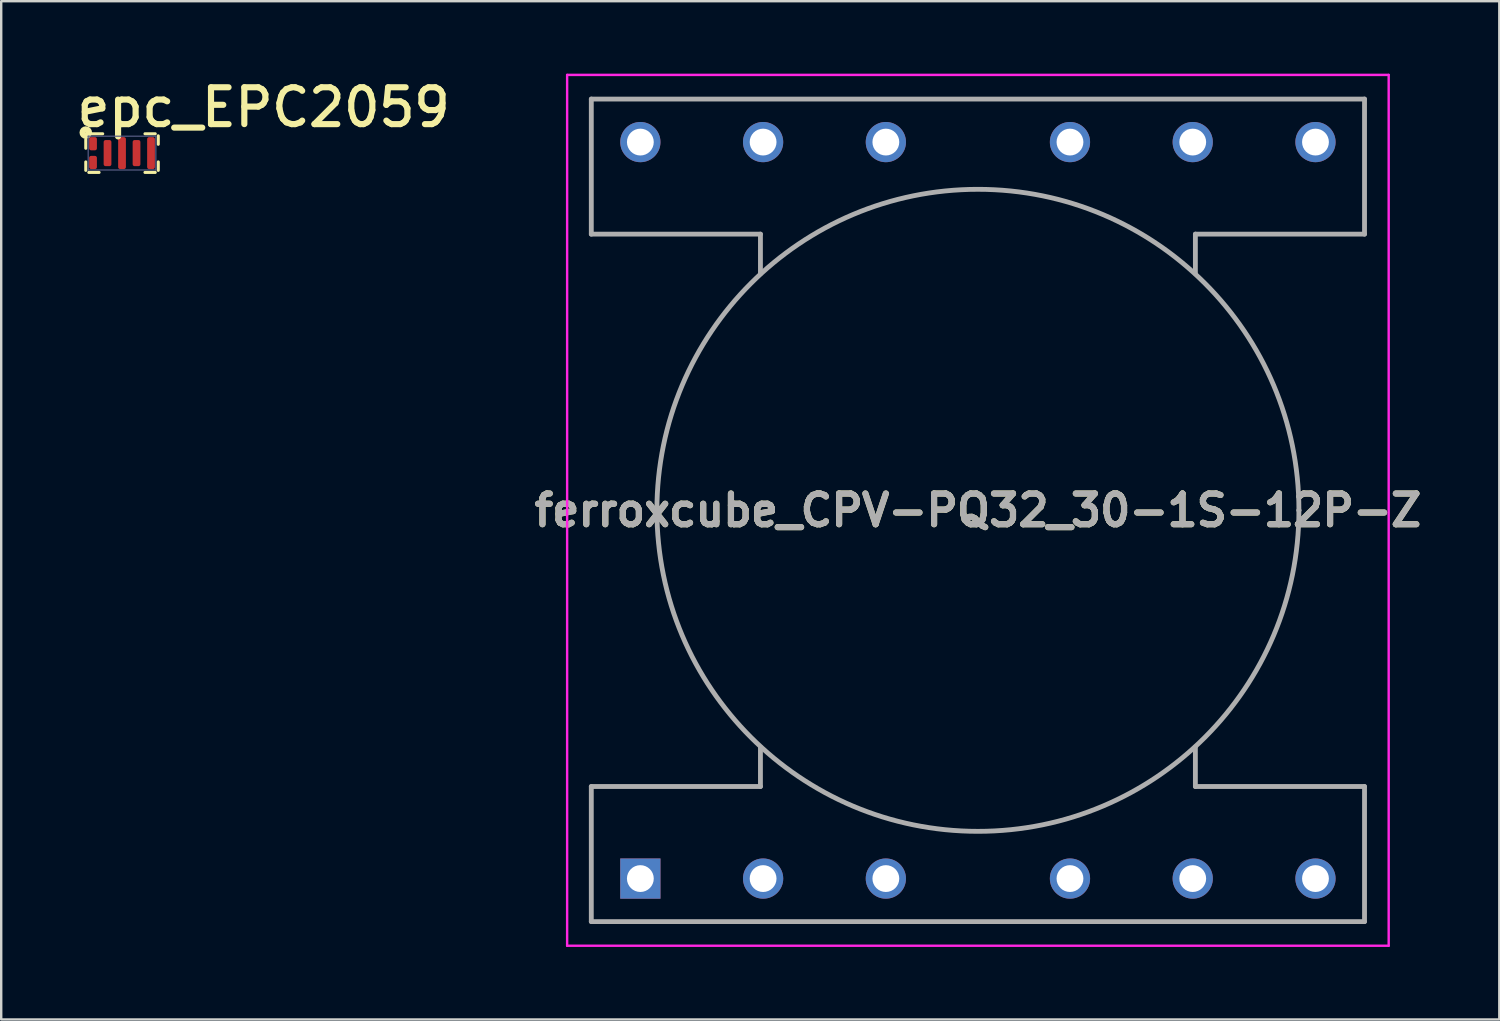
<source format=kicad_pcb>
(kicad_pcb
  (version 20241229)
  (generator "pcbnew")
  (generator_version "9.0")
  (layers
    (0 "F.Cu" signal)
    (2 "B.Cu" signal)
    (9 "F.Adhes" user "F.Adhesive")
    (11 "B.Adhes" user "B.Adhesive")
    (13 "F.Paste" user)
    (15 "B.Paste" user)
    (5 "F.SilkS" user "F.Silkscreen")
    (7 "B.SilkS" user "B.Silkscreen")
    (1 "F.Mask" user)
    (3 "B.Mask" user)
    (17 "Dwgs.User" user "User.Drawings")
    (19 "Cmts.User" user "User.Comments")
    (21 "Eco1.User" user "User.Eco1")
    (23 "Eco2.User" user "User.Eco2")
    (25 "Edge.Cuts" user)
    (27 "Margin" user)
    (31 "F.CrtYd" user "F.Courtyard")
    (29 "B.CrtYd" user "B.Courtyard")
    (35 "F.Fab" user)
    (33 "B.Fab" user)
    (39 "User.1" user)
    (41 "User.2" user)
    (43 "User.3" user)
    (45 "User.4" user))
  (footprint "ferroxcube_CPV-PQ32_30-1S-12P-Z"
    (layer "F.Cu")
    (at 23.451 33.31)
    (property "Reference" "ferroxcube_CPV-PQ32_30-1S-12P-Z" (at 13.97 -15.24 0) (layer "F.SilkS") (effects (font (size 1.27 1.27) (thickness 0.254))))
    (attr through_hole)
    (fp_line (start -2.03 -32.24) (end 29.97 -32.24) (stroke (width 0.1) (type solid)) (layer "F.SilkS"))
    (fp_line (start -2.03 -26.67) (end -2.03 -32.24) (stroke (width 0.1) (type solid)) (layer "F.SilkS"))
    (fp_line (start -2.03 -3.81) (end -2.03 1.78) (stroke (width 0.1) (type solid)) (layer "F.SilkS"))
    (fp_line (start -2.03 1.78) (end 29.97 1.78) (stroke (width 0.1) (type solid)) (layer "F.SilkS"))
    (fp_line (start 0.685 -15.24) (end 0.685 -15.24) (stroke (width 0.1) (type solid)) (layer "F.SilkS"))
    (fp_line (start 4.97 -26.67) (end -2.03 -26.67) (stroke (width 0.1) (type solid)) (layer "F.SilkS"))
    (fp_line (start 4.97 -25.04) (end 4.97 -26.67) (stroke (width 0.1) (type solid)) (layer "F.SilkS"))
    (fp_line (start 4.97 -5.44) (end 4.97 -3.81) (stroke (width 0.1) (type solid)) (layer "F.SilkS"))
    (fp_line (start 4.97 -3.81) (end -2.03 -3.81) (stroke (width 0.1) (type solid)) (layer "F.SilkS"))
    (fp_line (start 22.97 -26.67) (end 22.97 -25.04) (stroke (width 0.1) (type solid)) (layer "F.SilkS"))
    (fp_line (start 22.97 -3.81) (end 22.97 -5.44) (stroke (width 0.1) (type solid)) (layer "F.SilkS"))
    (fp_line (start 27.255 -15.24) (end 27.255 -15.24) (stroke (width 0.1) (type solid)) (layer "F.SilkS"))
    (fp_line (start 29.97 -32.24) (end 29.97 -26.67) (stroke (width 0.1) (type solid)) (layer "F.SilkS"))
    (fp_line (start 29.97 -26.67) (end 22.97 -26.67) (stroke (width 0.1) (type solid)) (layer "F.SilkS"))
    (fp_line (start 29.97 -3.81) (end 22.97 -3.81) (stroke (width 0.1) (type solid)) (layer "F.SilkS"))
    (fp_line (start 29.97 1.78) (end 29.97 -3.81) (stroke (width 0.1) (type solid)) (layer "F.SilkS"))
    (fp_arc (start 0.685 -15.24) (mid 13.97 -28.525) (end 27.255 -15.24) (stroke (width 0.1) (type solid)) (layer "F.SilkS"))
    (fp_arc (start 27.255 -15.24) (mid 13.97 -1.955) (end 0.685 -15.24) (stroke (width 0.1) (type solid)) (layer "F.SilkS"))
    (fp_line (start -3.03 -33.26) (end 30.97 -33.26) (stroke (width 0.1) (type solid)) (layer "F.CrtYd"))
    (fp_line (start -3.03 2.78) (end -3.03 -33.26) (stroke (width 0.1) (type solid)) (layer "F.CrtYd"))
    (fp_line (start 30.97 -33.26) (end 30.97 2.78) (stroke (width 0.1) (type solid)) (layer "F.CrtYd"))
    (fp_line (start 30.97 2.78) (end -3.03 2.78) (stroke (width 0.1) (type solid)) (layer "F.CrtYd"))
    (fp_line (start -2.03 -32.26) (end 29.97 -32.26) (stroke (width 0.2) (type solid)) (layer "F.Fab"))
    (fp_line (start -2.03 -26.67) (end -2.03 -32.26) (stroke (width 0.2) (type solid)) (layer "F.Fab"))
    (fp_line (start -2.03 -3.81) (end -2.03 1.78) (stroke (width 0.2) (type solid)) (layer "F.Fab"))
    (fp_line (start -2.03 1.78) (end 29.97 1.78) (stroke (width 0.2) (type solid)) (layer "F.Fab"))
    (fp_line (start 0.685 -15.24) (end 0.685 -15.24) (stroke (width 0.2) (type solid)) (layer "F.Fab"))
    (fp_line (start 4.97 -26.67) (end -2.03 -26.67) (stroke (width 0.2) (type solid)) (layer "F.Fab"))
    (fp_line (start 4.97 -25.04) (end 4.97 -26.67) (stroke (width 0.2) (type solid)) (layer "F.Fab"))
    (fp_line (start 4.97 -5.44) (end 4.97 -3.81) (stroke (width 0.2) (type solid)) (layer "F.Fab"))
    (fp_line (start 4.97 -3.81) (end -2.03 -3.81) (stroke (width 0.2) (type solid)) (layer "F.Fab"))
    (fp_line (start 22.97 -26.67) (end 22.97 -25.04) (stroke (width 0.2) (type solid)) (layer "F.Fab"))
    (fp_line (start 22.97 -3.81) (end 22.97 -5.44) (stroke (width 0.2) (type solid)) (layer "F.Fab"))
    (fp_line (start 27.255 -15.24) (end 27.255 -15.24) (stroke (width 0.2) (type solid)) (layer "F.Fab"))
    (fp_line (start 29.97 -32.26) (end 29.97 -26.67) (stroke (width 0.2) (type solid)) (layer "F.Fab"))
    (fp_line (start 29.97 -26.67) (end 22.97 -26.67) (stroke (width 0.2) (type solid)) (layer "F.Fab"))
    (fp_line (start 29.97 -3.81) (end 22.97 -3.81) (stroke (width 0.2) (type solid)) (layer "F.Fab"))
    (fp_line (start 29.97 1.78) (end 29.97 -3.81) (stroke (width 0.2) (type solid)) (layer "F.Fab"))
    (fp_arc (start 0.685 -15.24) (mid 13.97 -28.525) (end 27.255 -15.24) (stroke (width 0.2) (type solid)) (layer "F.Fab"))
    (fp_arc (start 27.255 -15.24) (mid 13.97 -1.955) (end 0.685 -15.24) (stroke (width 0.2) (type solid)) (layer "F.Fab"))
    (fp_text user "${REFERENCE}" (at 13.97 -15.24 0) (layer "F.Fab") (effects (font (size 1.27 1.27) (thickness 0.254))))
    (pad "1" thru_hole rect (at 0 0) (size 1.665 1.665) (drill 1.11) (layers "*.Cu" "*.Mask"))
    (pad "2" thru_hole circle (at 5.08 0) (size 1.665 1.665) (drill 1.11) (layers "*.Cu" "*.Mask"))
    (pad "3" thru_hole circle (at 10.16 0) (size 1.665 1.665) (drill 1.11) (layers "*.Cu" "*.Mask"))
    (pad "4" thru_hole circle (at 17.78 0) (size 1.665 1.665) (drill 1.11) (layers "*.Cu" "*.Mask"))
    (pad "5" thru_hole circle (at 22.86 0) (size 1.665 1.665) (drill 1.11) (layers "*.Cu" "*.Mask"))
    (pad "6" thru_hole circle (at 27.94 0) (size 1.665 1.665) (drill 1.11) (layers "*.Cu" "*.Mask"))
    (pad "7" thru_hole circle (at 27.94 -30.48) (size 1.665 1.665) (drill 1.11) (layers "*.Cu" "*.Mask"))
    (pad "8" thru_hole circle (at 22.86 -30.48) (size 1.665 1.665) (drill 1.11) (layers "*.Cu" "*.Mask"))
    (pad "9" thru_hole circle (at 17.78 -30.48) (size 1.665 1.665) (drill 1.11) (layers "*.Cu" "*.Mask"))
    (pad "10" thru_hole circle (at 10.16 -30.48) (size 1.665 1.665) (drill 1.11) (layers "*.Cu" "*.Mask"))
    (pad "11" thru_hole circle (at 5.08 -30.48) (size 1.665 1.665) (drill 1.11) (layers "*.Cu" "*.Mask"))
    (pad "12" thru_hole circle (at 0 -30.48) (size 1.665 1.665) (drill 1.11) (layers "*.Cu" "*.Mask")))
  (footprint "epc_EPC2059"
    (layer "F.Cu")
    (at 2 3.286)
    (property "Reference" "epc_EPC2059" (at -2 -1 0) (unlocked yes) (layer "F.SilkS") (effects (font (size 1.524 1.524) (thickness 0.254)) (justify left bottom)))
    (attr smd)
    (fp_poly (pts (xy -1.169 -0.244) (xy -1.169 -0.531) (xy -1.231 -0.531) (xy -1.231 -0.244)) (stroke (width 0.188) (type solid)) (fill yes) (layer "F.Mask"))
    (fp_poly (pts (xy -1.169 0.531) (xy -1.169 0.244) (xy -1.231 0.244) (xy -1.231 0.531)) (stroke (width 0.188) (type solid)) (fill yes) (layer "F.Mask"))
    (fp_poly (pts (xy -0.569 0.411) (xy -0.569 -0.411) (xy -0.631 -0.411) (xy -0.631 0.411)) (stroke (width 0.188) (type solid)) (fill yes) (layer "F.Mask"))
    (fp_poly (pts (xy 0.031 0.531) (xy 0.031 -0.531) (xy -0.031 -0.531) (xy -0.031 0.531)) (stroke (width 0.188) (type solid)) (fill yes) (layer "F.Mask"))
    (fp_poly (pts (xy 0.631 0.411) (xy 0.631 -0.411) (xy 0.569 -0.411) (xy 0.569 0.411)) (stroke (width 0.188) (type solid)) (fill yes) (layer "F.Mask"))
    (fp_poly (pts (xy 1.231 0.531) (xy 1.231 -0.531) (xy 1.169 -0.531) (xy 1.169 0.531)) (stroke (width 0.188) (type solid)) (fill yes) (layer "F.Mask"))
    (fp_line (start -1.5 -0.575) (end -1.5 -0.2) (stroke (width 0.127) (type solid)) (layer "F.SilkS"))
    (fp_line (start -1.5 0.365) (end -1.5 0.715) (stroke (width 0.127) (type solid)) (layer "F.SilkS"))
    (fp_line (start -1.375 0.8) (end -0.95 0.8) (stroke (width 0.127) (type solid)) (layer "F.SilkS"))
    (fp_line (start -1.25 -0.8) (end -0.8 -0.8) (stroke (width 0.127) (type solid)) (layer "F.SilkS"))
    (fp_line (start 0.95 -0.8) (end 1.375 -0.8) (stroke (width 0.127) (type solid)) (layer "F.SilkS"))
    (fp_line (start 0.95 0.8) (end 1.375 0.8) (stroke (width 0.127) (type solid)) (layer "F.SilkS"))
    (fp_line (start 1.5 -0.715) (end 1.5 -0.365) (stroke (width 0.127) (type solid)) (layer "F.SilkS"))
    (fp_line (start 1.5 0.365) (end 1.5 0.715) (stroke (width 0.127) (type solid)) (layer "F.SilkS"))
    (fp_circle (center -1.5 -0.85) (end -1.494 -0.85) (stroke (width 0.254) (type solid)) (fill no) (layer "F.SilkS"))
    (fp_poly (pts (xy -1.137 -0.212) (xy -1.137 -0.562) (xy -1.262 -0.562) (xy -1.262 -0.212)) (stroke (width 0.125) (type solid)) (fill yes) (layer "F.Paste"))
    (fp_poly (pts (xy -1.137 0.562) (xy -1.137 0.212) (xy -1.262 0.212) (xy -1.262 0.562)) (stroke (width 0.125) (type solid)) (fill yes) (layer "F.Paste"))
    (fp_poly (pts (xy -0.537 0.443) (xy -0.537 -0.443) (xy -0.662 -0.443) (xy -0.662 0.443)) (stroke (width 0.125) (type solid)) (fill yes) (layer "F.Paste"))
    (fp_poly (pts (xy 0.062 0.562) (xy 0.062 -0.562) (xy -0.062 -0.562) (xy -0.062 0.562)) (stroke (width 0.125) (type solid)) (fill yes) (layer "F.Paste"))
    (fp_poly (pts (xy 0.662 0.443) (xy 0.662 -0.443) (xy 0.537 -0.443) (xy 0.537 0.443)) (stroke (width 0.125) (type solid)) (fill yes) (layer "F.Paste"))
    (fp_poly (pts (xy 1.262 0.562) (xy 1.262 -0.562) (xy 1.137 -0.562) (xy 1.137 0.562)) (stroke (width 0.125) (type solid)) (fill yes) (layer "F.Paste"))
    (fp_line (start -1.4 -0.7) (end -1.4 0.7) (stroke (width 0.05) (type solid)) (layer "B.Fab"))
    (fp_line (start -1.4 -0.7) (end 1.4 -0.7) (stroke (width 0.05) (type solid)) (layer "B.Fab"))
    (fp_line (start -1.4 0.7) (end 1.4 0.7) (stroke (width 0.05) (type solid)) (layer "B.Fab"))
    (fp_line (start 1.4 -0.7) (end 1.4 0.7) (stroke (width 0.05) (type solid)) (layer "B.Fab"))
    (pad "1" smd roundrect (at -1.2 -0.388) (size 0.321 0.546) (layers "F.Cu" "F.Mask" "F.Paste") (roundrect_rratio 0.25))
    (pad "2" smd roundrect (at -1.2 0.388) (size 0.321 0.546) (layers "F.Cu" "F.Mask" "F.Paste") (roundrect_rratio 0.25))
    (pad "3" smd roundrect (at -0.6 0) (size 0.321 1.081) (layers "F.Cu" "F.Mask" "F.Paste") (roundrect_rratio 0.25))
    (pad "4" smd roundrect (at 0 0) (size 0.321 1.321) (layers "F.Cu" "F.Mask" "F.Paste") (roundrect_rratio 0.25))
    (pad "5" smd roundrect (at 0.6 0) (size 0.321 1.081) (layers "F.Cu" "F.Mask" "F.Paste") (roundrect_rratio 0.25))
    (pad "6" smd roundrect (at 1.2 0) (size 0.321 1.321) (layers "F.Cu" "F.Mask" "F.Paste") (roundrect_rratio 0.25)))
  (gr_rect
    (start -3 -3)
    (end 58.999 39.14)
    (stroke (width 0.1) (type default))
    (fill no)
    (layer "Edge.Cuts")))
</source>
